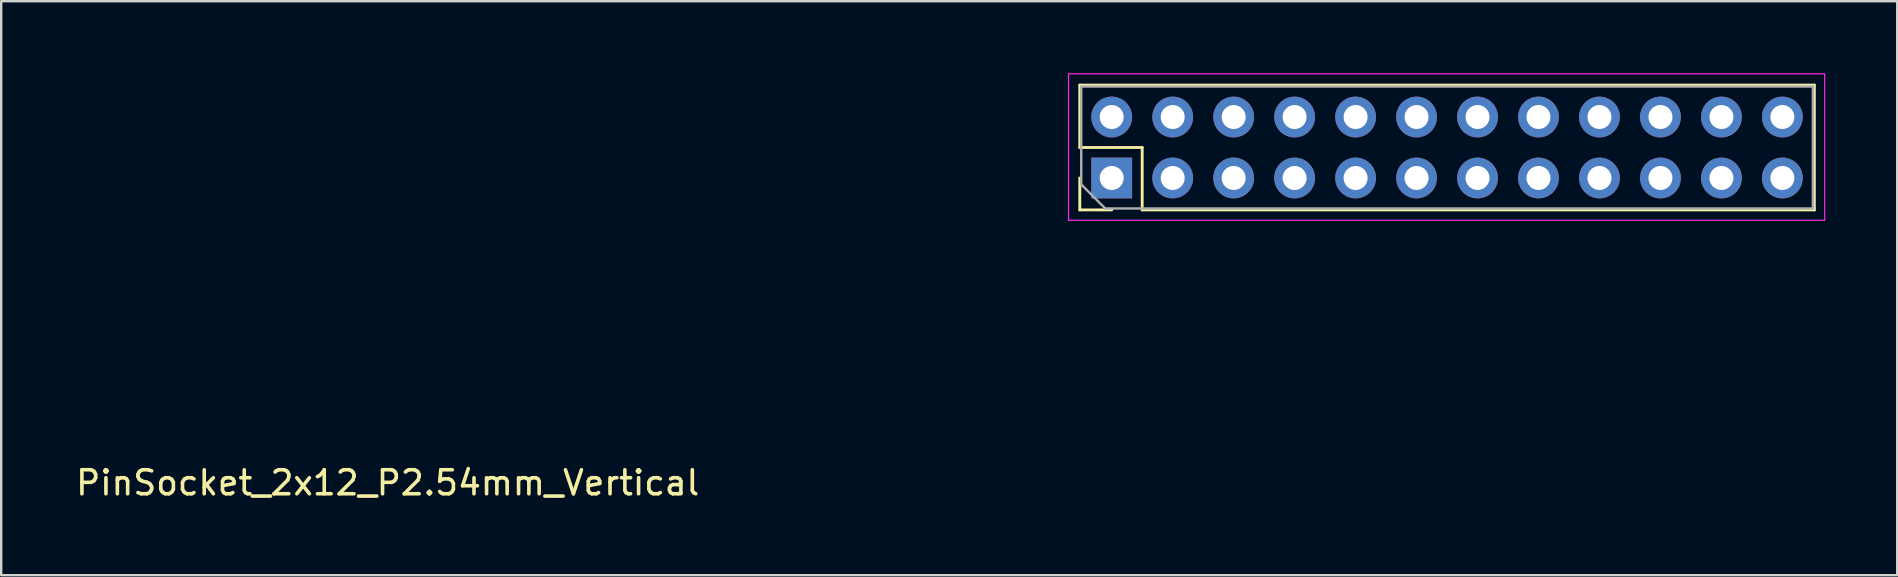
<source format=kicad_pcb>
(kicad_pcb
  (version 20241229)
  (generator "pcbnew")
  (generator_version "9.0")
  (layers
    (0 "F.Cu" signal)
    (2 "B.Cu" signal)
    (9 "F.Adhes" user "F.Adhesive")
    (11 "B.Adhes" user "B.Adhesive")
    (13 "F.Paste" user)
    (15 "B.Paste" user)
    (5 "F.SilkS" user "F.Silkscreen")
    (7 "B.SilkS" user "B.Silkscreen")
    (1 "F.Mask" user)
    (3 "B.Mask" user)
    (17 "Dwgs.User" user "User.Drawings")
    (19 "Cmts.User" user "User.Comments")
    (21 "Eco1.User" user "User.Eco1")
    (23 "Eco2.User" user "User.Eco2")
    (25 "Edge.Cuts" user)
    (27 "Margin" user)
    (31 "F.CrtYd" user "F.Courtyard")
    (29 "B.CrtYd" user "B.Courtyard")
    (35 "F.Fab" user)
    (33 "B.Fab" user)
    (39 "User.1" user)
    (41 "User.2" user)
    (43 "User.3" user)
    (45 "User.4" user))
  (footprint "PinSocket_2x12_P2.54mm_Vertical"
    (layer "F.Cu")
    (at 41.676 4.365)
    (property "Reference" "PinSocket_2x12_P2.54mm_Vertical" (at -28.575 12.7 0) (layer "F.SilkS") (effects (font (size 1 1) (thickness 0.15))))
    (attr through_hole)
    (fp_line (start 0.258 -3.87) (end 0.258 -1.27) (stroke (width 0.12) (type solid)) (layer "F.SilkS"))
    (fp_line (start 0.258 -3.87) (end 30.858 -3.87) (stroke (width 0.12) (type solid)) (layer "F.SilkS"))
    (fp_line (start 0.258 -1.27) (end 2.857 -1.27) (stroke (width 0.12) (type solid)) (layer "F.SilkS"))
    (fp_line (start 0.258 0) (end 0.258 1.33) (stroke (width 0.12) (type solid)) (layer "F.SilkS"))
    (fp_line (start 0.258 1.33) (end 1.587 1.33) (stroke (width 0.12) (type solid)) (layer "F.SilkS"))
    (fp_line (start 2.857 -1.27) (end 2.857 1.33) (stroke (width 0.12) (type solid)) (layer "F.SilkS"))
    (fp_line (start 2.857 1.33) (end 30.858 1.33) (stroke (width 0.12) (type solid)) (layer "F.SilkS"))
    (fp_line (start 30.858 -3.87) (end 30.858 1.33) (stroke (width 0.12) (type solid)) (layer "F.SilkS"))
    (fp_line (start -0.212 -4.34) (end -0.212 1.76) (stroke (width 0.05) (type solid)) (layer "F.CrtYd"))
    (fp_line (start -0.212 1.76) (end 31.288 1.76) (stroke (width 0.05) (type solid)) (layer "F.CrtYd"))
    (fp_line (start 31.288 -4.34) (end -0.212 -4.34) (stroke (width 0.05) (type solid)) (layer "F.CrtYd"))
    (fp_line (start 31.288 1.76) (end 31.288 -4.34) (stroke (width 0.05) (type solid)) (layer "F.CrtYd"))
    (fp_line (start 0.318 -3.81) (end 0.318 0.27) (stroke (width 0.1) (type solid)) (layer "F.Fab"))
    (fp_line (start 0.318 0.27) (end 1.317 1.27) (stroke (width 0.1) (type solid)) (layer "F.Fab"))
    (fp_line (start 1.317 1.27) (end 30.797 1.27) (stroke (width 0.1) (type solid)) (layer "F.Fab"))
    (fp_line (start 30.797 -3.81) (end 0.318 -3.81) (stroke (width 0.1) (type solid)) (layer "F.Fab"))
    (fp_line (start 30.797 1.27) (end 30.797 -3.81) (stroke (width 0.1) (type solid)) (layer "F.Fab"))
    (pad "1" thru_hole rect (at 1.587 0 270) (size 1.7 1.7) (drill 1) (layers "*.Cu" "*.Mask"))
    (pad "2" thru_hole oval (at 1.587 -2.54 270) (size 1.7 1.7) (drill 1) (layers "*.Cu" "*.Mask"))
    (pad "3" thru_hole oval (at 4.128 0 270) (size 1.7 1.7) (drill 1) (layers "*.Cu" "*.Mask"))
    (pad "4" thru_hole oval (at 4.128 -2.54 270) (size 1.7 1.7) (drill 1) (layers "*.Cu" "*.Mask"))
    (pad "5" thru_hole oval (at 6.668 0 270) (size 1.7 1.7) (drill 1) (layers "*.Cu" "*.Mask"))
    (pad "6" thru_hole oval (at 6.668 -2.54 270) (size 1.7 1.7) (drill 1) (layers "*.Cu" "*.Mask"))
    (pad "7" thru_hole oval (at 9.207 0 270) (size 1.7 1.7) (drill 1) (layers "*.Cu" "*.Mask"))
    (pad "8" thru_hole oval (at 9.207 -2.54 270) (size 1.7 1.7) (drill 1) (layers "*.Cu" "*.Mask"))
    (pad "9" thru_hole oval (at 11.748 0 270) (size 1.7 1.7) (drill 1) (layers "*.Cu" "*.Mask"))
    (pad "10" thru_hole oval (at 11.748 -2.54 270) (size 1.7 1.7) (drill 1) (layers "*.Cu" "*.Mask"))
    (pad "11" thru_hole oval (at 14.287 0 270) (size 1.7 1.7) (drill 1) (layers "*.Cu" "*.Mask"))
    (pad "12" thru_hole oval (at 14.287 -2.54 270) (size 1.7 1.7) (drill 1) (layers "*.Cu" "*.Mask"))
    (pad "13" thru_hole oval (at 16.828 0 270) (size 1.7 1.7) (drill 1) (layers "*.Cu" "*.Mask"))
    (pad "14" thru_hole oval (at 16.828 -2.54 270) (size 1.7 1.7) (drill 1) (layers "*.Cu" "*.Mask"))
    (pad "15" thru_hole oval (at 19.367 0 270) (size 1.7 1.7) (drill 1) (layers "*.Cu" "*.Mask"))
    (pad "16" thru_hole oval (at 19.367 -2.54 270) (size 1.7 1.7) (drill 1) (layers "*.Cu" "*.Mask"))
    (pad "17" thru_hole oval (at 21.907 0 270) (size 1.7 1.7) (drill 1) (layers "*.Cu" "*.Mask"))
    (pad "18" thru_hole oval (at 21.907 -2.54 270) (size 1.7 1.7) (drill 1) (layers "*.Cu" "*.Mask"))
    (pad "19" thru_hole oval (at 24.448 0 270) (size 1.7 1.7) (drill 1) (layers "*.Cu" "*.Mask"))
    (pad "20" thru_hole oval (at 24.448 -2.54 270) (size 1.7 1.7) (drill 1) (layers "*.Cu" "*.Mask"))
    (pad "21" thru_hole oval (at 26.988 0 270) (size 1.7 1.7) (drill 1) (layers "*.Cu" "*.Mask"))
    (pad "22" thru_hole oval (at 26.988 -2.54 270) (size 1.7 1.7) (drill 1) (layers "*.Cu" "*.Mask"))
    (pad "23" thru_hole oval (at 29.527 0 270) (size 1.7 1.7) (drill 1) (layers "*.Cu" "*.Mask"))
    (pad "24" thru_hole oval (at 29.527 -2.54 270) (size 1.7 1.7) (drill 1) (layers "*.Cu" "*.Mask")))
  (gr_rect
    (start -3 -3)
    (end 75.989 20.913)
    (stroke (width 0.1) (type default))
    (fill no)
    (layer "Edge.Cuts")))
</source>
